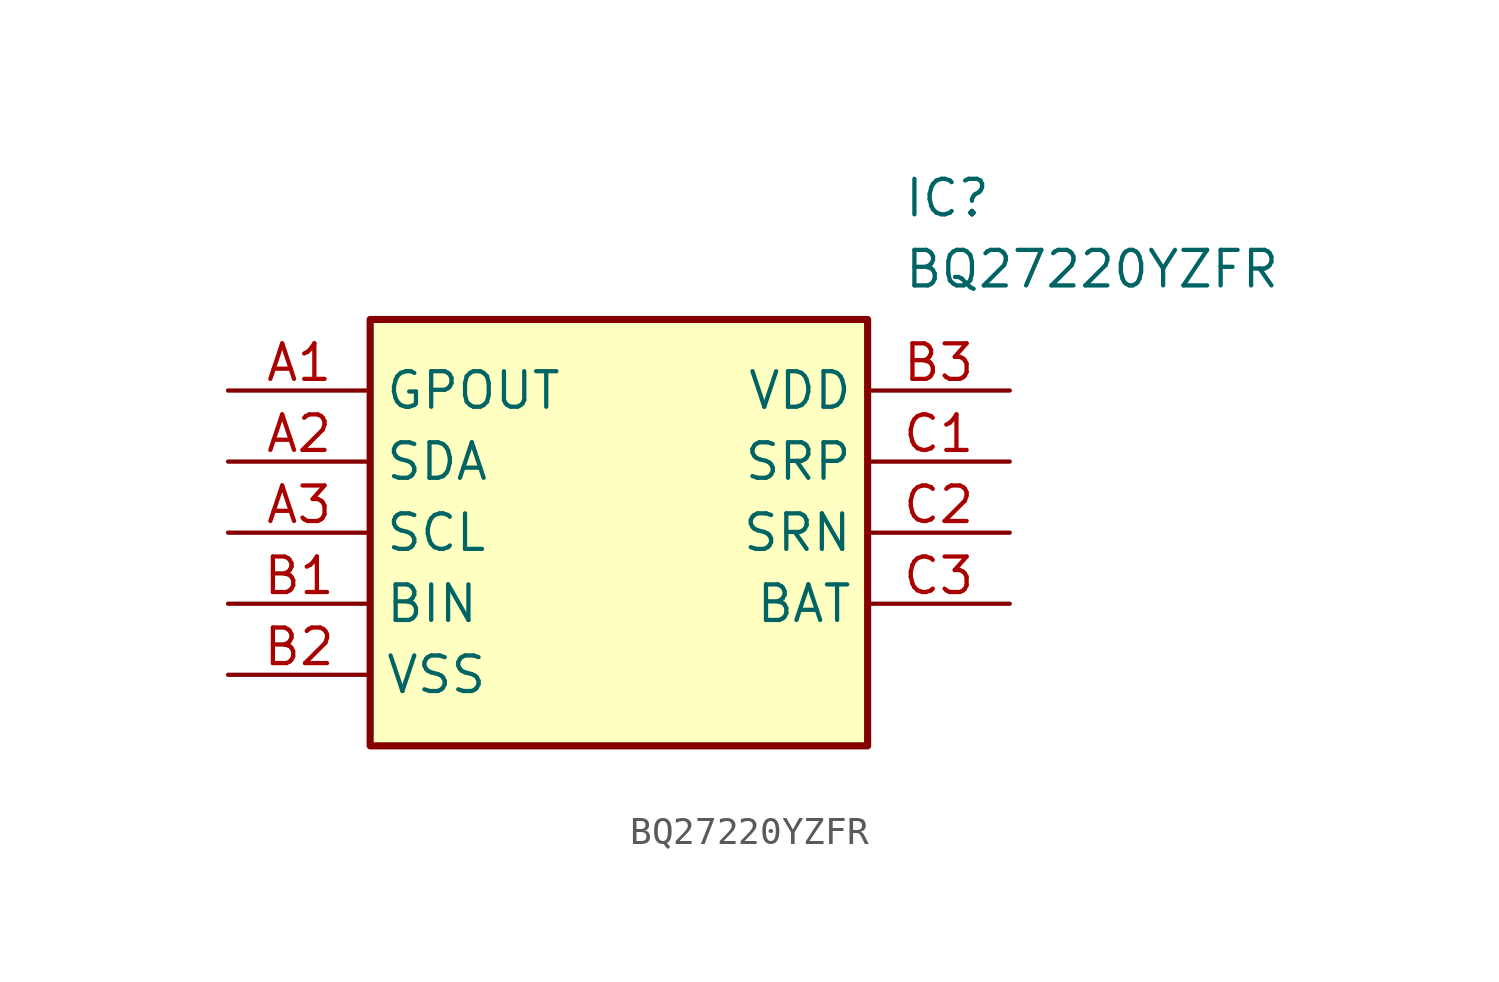
<source format=kicad_sym>
(kicad_symbol_lib
  (version 20211014)
  (generator SamacSys_ECAD_Model)
  (symbol "BQ27220YZFR"
    (property "Reference" "IC"
      (at 24.13 7.62 0)
      (effects (font (size 1.27 1.27)) (justify left top)))
    (property "Value" "BQ27220YZFR"
      (at 24.13 5.08 0)
      (effects (font (size 1.27 1.27)) (justify left top)))
    (rectangle
      (start 5.08 2.54)
      (end 22.86 -12.7)
      (stroke (width 0.254) (type default))
      (fill (type background)))
    (pin passive line
      (at 0 0 0)
      (length 5.08)
      (name "GPOUT" (effects (font (size 1.27 1.27))))
      (number "A1" (effects (font (size 1.27 1.27)))))
    (pin passive line
      (at 0 -2.54 0)
      (length 5.08)
      (name "SDA" (effects (font (size 1.27 1.27))))
      (number "A2" (effects (font (size 1.27 1.27)))))
    (pin passive line
      (at 0 -5.08 0)
      (length 5.08)
      (name "SCL" (effects (font (size 1.27 1.27))))
      (number "A3" (effects (font (size 1.27 1.27)))))
    (pin passive line
      (at 0 -7.62 0)
      (length 5.08)
      (name "BIN" (effects (font (size 1.27 1.27))))
      (number "B1" (effects (font (size 1.27 1.27)))))
    (pin passive line
      (at 0 -10.16 0)
      (length 5.08)
      (name "VSS" (effects (font (size 1.27 1.27))))
      (number "B2" (effects (font (size 1.27 1.27)))))
    (pin passive line
      (at 27.94 0 180)
      (length 5.08)
      (name "VDD" (effects (font (size 1.27 1.27))))
      (number "B3" (effects (font (size 1.27 1.27)))))
    (pin passive line
      (at 27.94 -2.54 180)
      (length 5.08)
      (name "SRP" (effects (font (size 1.27 1.27))))
      (number "C1" (effects (font (size 1.27 1.27)))))
    (pin passive line
      (at 27.94 -5.08 180)
      (length 5.08)
      (name "SRN" (effects (font (size 1.27 1.27))))
      (number "C2" (effects (font (size 1.27 1.27)))))
    (pin passive line
      (at 27.94 -7.62 180)
      (length 5.08)
      (name "BAT" (effects (font (size 1.27 1.27))))
      (number "C3" (effects (font (size 1.27 1.27)))))))
</source>
